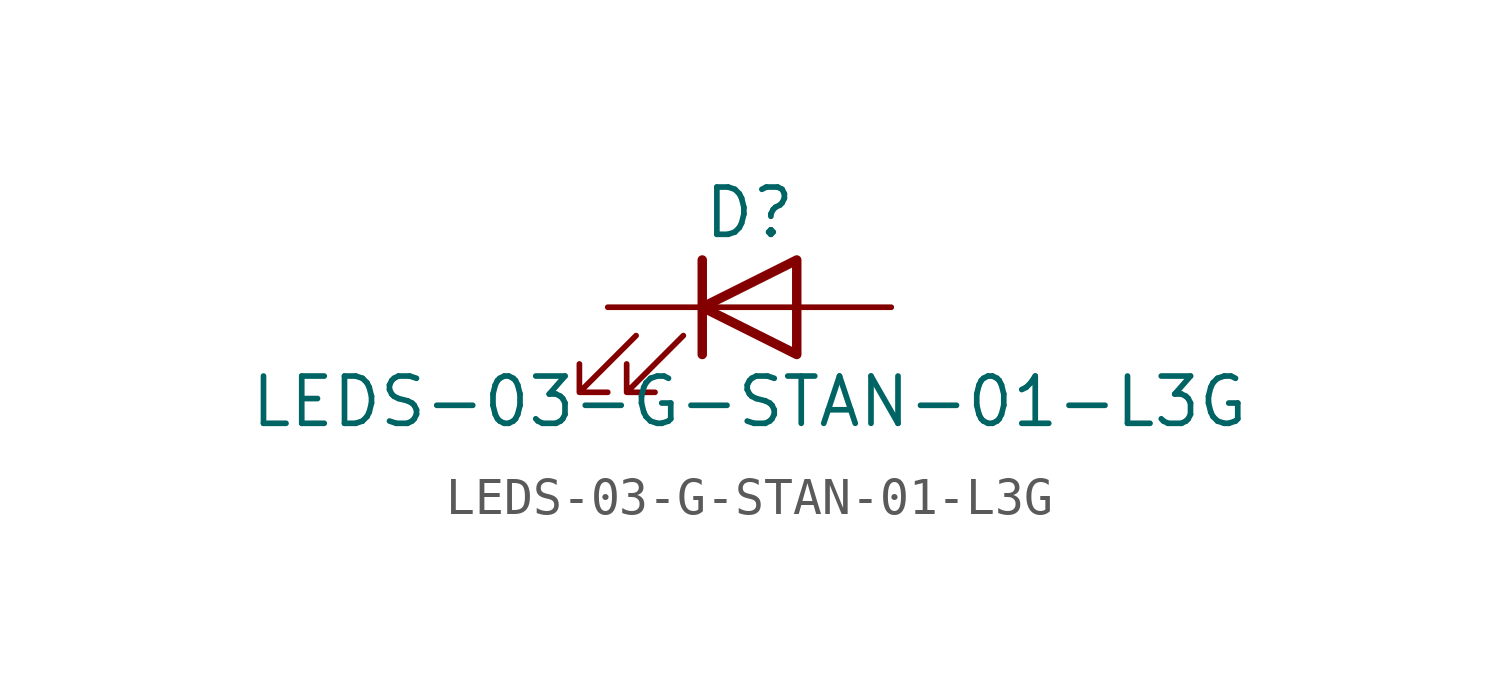
<source format=kicad_sym>
(kicad_symbol_lib
  (version 20211014)
  (generator kicad_symbol_editor)
  (symbol "LEDS-03-G-STAN-01-L3G"
    (pin_numbers hide)
    (pin_names
      (offset 1.016) hide)
    (property "Reference" "D"
      (at 0 2.54 0)
      (effects (font (size 1.27 1.27))))
    (property "Value" "LEDS-03-G-STAN-01-L3G"
      (at 0 -2.54 0)
      (effects (font (size 1.27 1.27))))
    (symbol "LEDS-03-G-STAN-01-L3G_0_1"
      (polyline (pts (xy -1.27 -1.27) (xy -1.27 1.27)) (stroke (width 0.254) (type default) (color 0 0 0 0)) (fill (type none)))
      (polyline (pts (xy -1.27 0) (xy 1.27 0)) (stroke (width 0) (type default) (color 0 0 0 0)) (fill (type none)))
      (polyline (pts (xy 1.27 -1.27) (xy 1.27 1.27) (xy -1.27 0) (xy 1.27 -1.27)) (stroke (width 0.254) (type default) (color 0 0 0 0)) (fill (type none)))
      (polyline (pts (xy -3.048 -0.762) (xy -4.572 -2.286) (xy -3.81 -2.286) (xy -4.572 -2.286) (xy -4.572 -1.524)) (stroke (width 0) (type default) (color 0 0 0 0)) (fill (type none)))
      (polyline (pts (xy -1.778 -0.762) (xy -3.302 -2.286) (xy -2.54 -2.286) (xy -3.302 -2.286) (xy -3.302 -1.524)) (stroke (width 0) (type default) (color 0 0 0 0)) (fill (type none))))
    (symbol "LEDS-03-G-STAN-01-L3G_1_1"
      (pin passive line (at -3.81 0 0) (length 2.54) (name "K" (effects (font (size 1.27 1.27)))) (number "1" (effects (font (size 1.27 1.27)))))
      (pin passive line (at 3.81 0 180) (length 2.54) (name "A" (effects (font (size 1.27 1.27)))) (number "2" (effects (font (size 1.27 1.27))))))))
</source>
